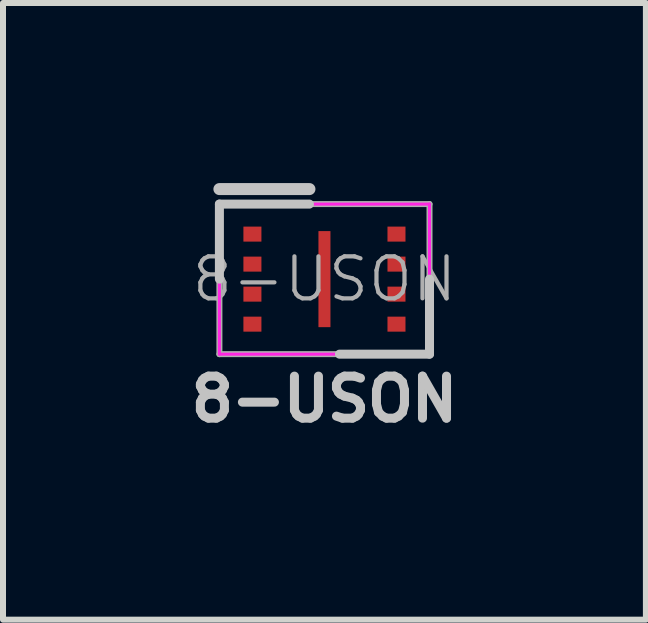
<source format=kicad_pcb>
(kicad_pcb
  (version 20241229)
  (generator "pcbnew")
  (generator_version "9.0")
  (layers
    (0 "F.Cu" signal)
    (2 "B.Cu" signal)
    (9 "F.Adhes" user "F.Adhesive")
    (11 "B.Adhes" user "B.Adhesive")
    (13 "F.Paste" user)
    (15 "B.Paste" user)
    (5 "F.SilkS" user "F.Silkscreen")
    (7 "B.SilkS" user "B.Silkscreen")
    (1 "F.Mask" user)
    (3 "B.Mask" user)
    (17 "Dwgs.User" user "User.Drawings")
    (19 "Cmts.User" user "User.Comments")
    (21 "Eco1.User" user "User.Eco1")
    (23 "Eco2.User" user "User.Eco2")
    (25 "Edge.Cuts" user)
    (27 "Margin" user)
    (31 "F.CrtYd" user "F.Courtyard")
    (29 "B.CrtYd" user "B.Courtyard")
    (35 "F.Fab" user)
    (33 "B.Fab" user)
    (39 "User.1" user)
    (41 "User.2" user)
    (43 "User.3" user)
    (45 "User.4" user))
  (footprint "8-USON"
    (layer "F.Cu")
    (at 2.355 1.6)
    (property "Reference" "8-USON" (at 0 2 0) (layer "Dwgs.User") (effects (font (size 0.7 0.7) (thickness 0.15))))
    (attr smd)
    (fp_line (start -1.75 -1.5) (end -0.25 -1.5) (stroke (width 0.2) (type solid)) (layer "Dwgs.User"))
    (fp_line (start -1.75 -1.25) (end -1.75 0) (stroke (width 0.15) (type solid)) (layer "Dwgs.User"))
    (fp_line (start -0.25 -1.25) (end -1.75 -1.25) (stroke (width 0.15) (type solid)) (layer "Dwgs.User"))
    (fp_line (start 0.25 1.25) (end 1.75 1.25) (stroke (width 0.15) (type solid)) (layer "Dwgs.User"))
    (fp_line (start 1.75 1.25) (end 1.75 0) (stroke (width 0.15) (type solid)) (layer "Dwgs.User"))
    (fp_line (start -1.75 -1.25) (end 1.75 -1.25) (stroke (width 0.05) (type solid)) (layer "F.CrtYd"))
    (fp_line (start -1.75 1.25) (end -1.75 -1.25) (stroke (width 0.05) (type solid)) (layer "F.CrtYd"))
    (fp_line (start 1.75 -1.25) (end 1.75 1.25) (stroke (width 0.05) (type solid)) (layer "F.CrtYd"))
    (fp_line (start 1.75 1.25) (end -1.75 1.25) (stroke (width 0.05) (type solid)) (layer "F.CrtYd"))
    (fp_line (start -1.75 -1.25) (end 1.75 -1.25) (stroke (width 0.1) (type solid)) (layer "F.Fab"))
    (fp_line (start -1.75 1.25) (end -1.75 -1.25) (stroke (width 0.1) (type solid)) (layer "F.Fab"))
    (fp_line (start 1.75 -1.25) (end 1.75 1.25) (stroke (width 0.1) (type solid)) (layer "F.Fab"))
    (fp_line (start 1.75 1.25) (end -1.75 1.25) (stroke (width 0.1) (type solid)) (layer "F.Fab"))
    (fp_text user "${REFERENCE}" (at 0 0 0) (layer "F.Fab") (effects (font (size 0.7 0.7) (thickness 0.07))))
    (pad "1" smd rect (at -1.2 -0.75) (size 0.3 0.25) (layers "F.Cu" "F.Mask" "F.Paste"))
    (pad "2" smd rect (at -1.2 -0.25) (size 0.3 0.25) (layers "F.Cu" "F.Mask" "F.Paste"))
    (pad "3" smd rect (at -1.2 0.25) (size 0.3 0.25) (layers "F.Cu" "F.Mask" "F.Paste"))
    (pad "4" smd rect (at -1.2 0.75) (size 0.3 0.25) (layers "F.Cu" "F.Mask" "F.Paste"))
    (pad "5" smd rect (at 1.2 0.75) (size 0.3 0.25) (layers "F.Cu" "F.Mask" "F.Paste"))
    (pad "6" smd rect (at 1.2 0.25) (size 0.3 0.25) (layers "F.Cu" "F.Mask" "F.Paste"))
    (pad "7" smd rect (at 1.2 -0.25) (size 0.3 0.25) (layers "F.Cu" "F.Mask" "F.Paste"))
    (pad "8" smd rect (at 1.2 -0.75) (size 0.3 0.25) (layers "F.Cu" "F.Mask" "F.Paste"))
    (pad "9" smd rect (at 0 0) (size 0.2 1.6) (layers "F.Cu" "F.Mask" "F.Paste")))
  (gr_rect
    (start -3 -3)
    (end 7.71 7.273)
    (stroke (width 0.1) (type default))
    (fill no)
    (layer "Edge.Cuts")))
</source>
